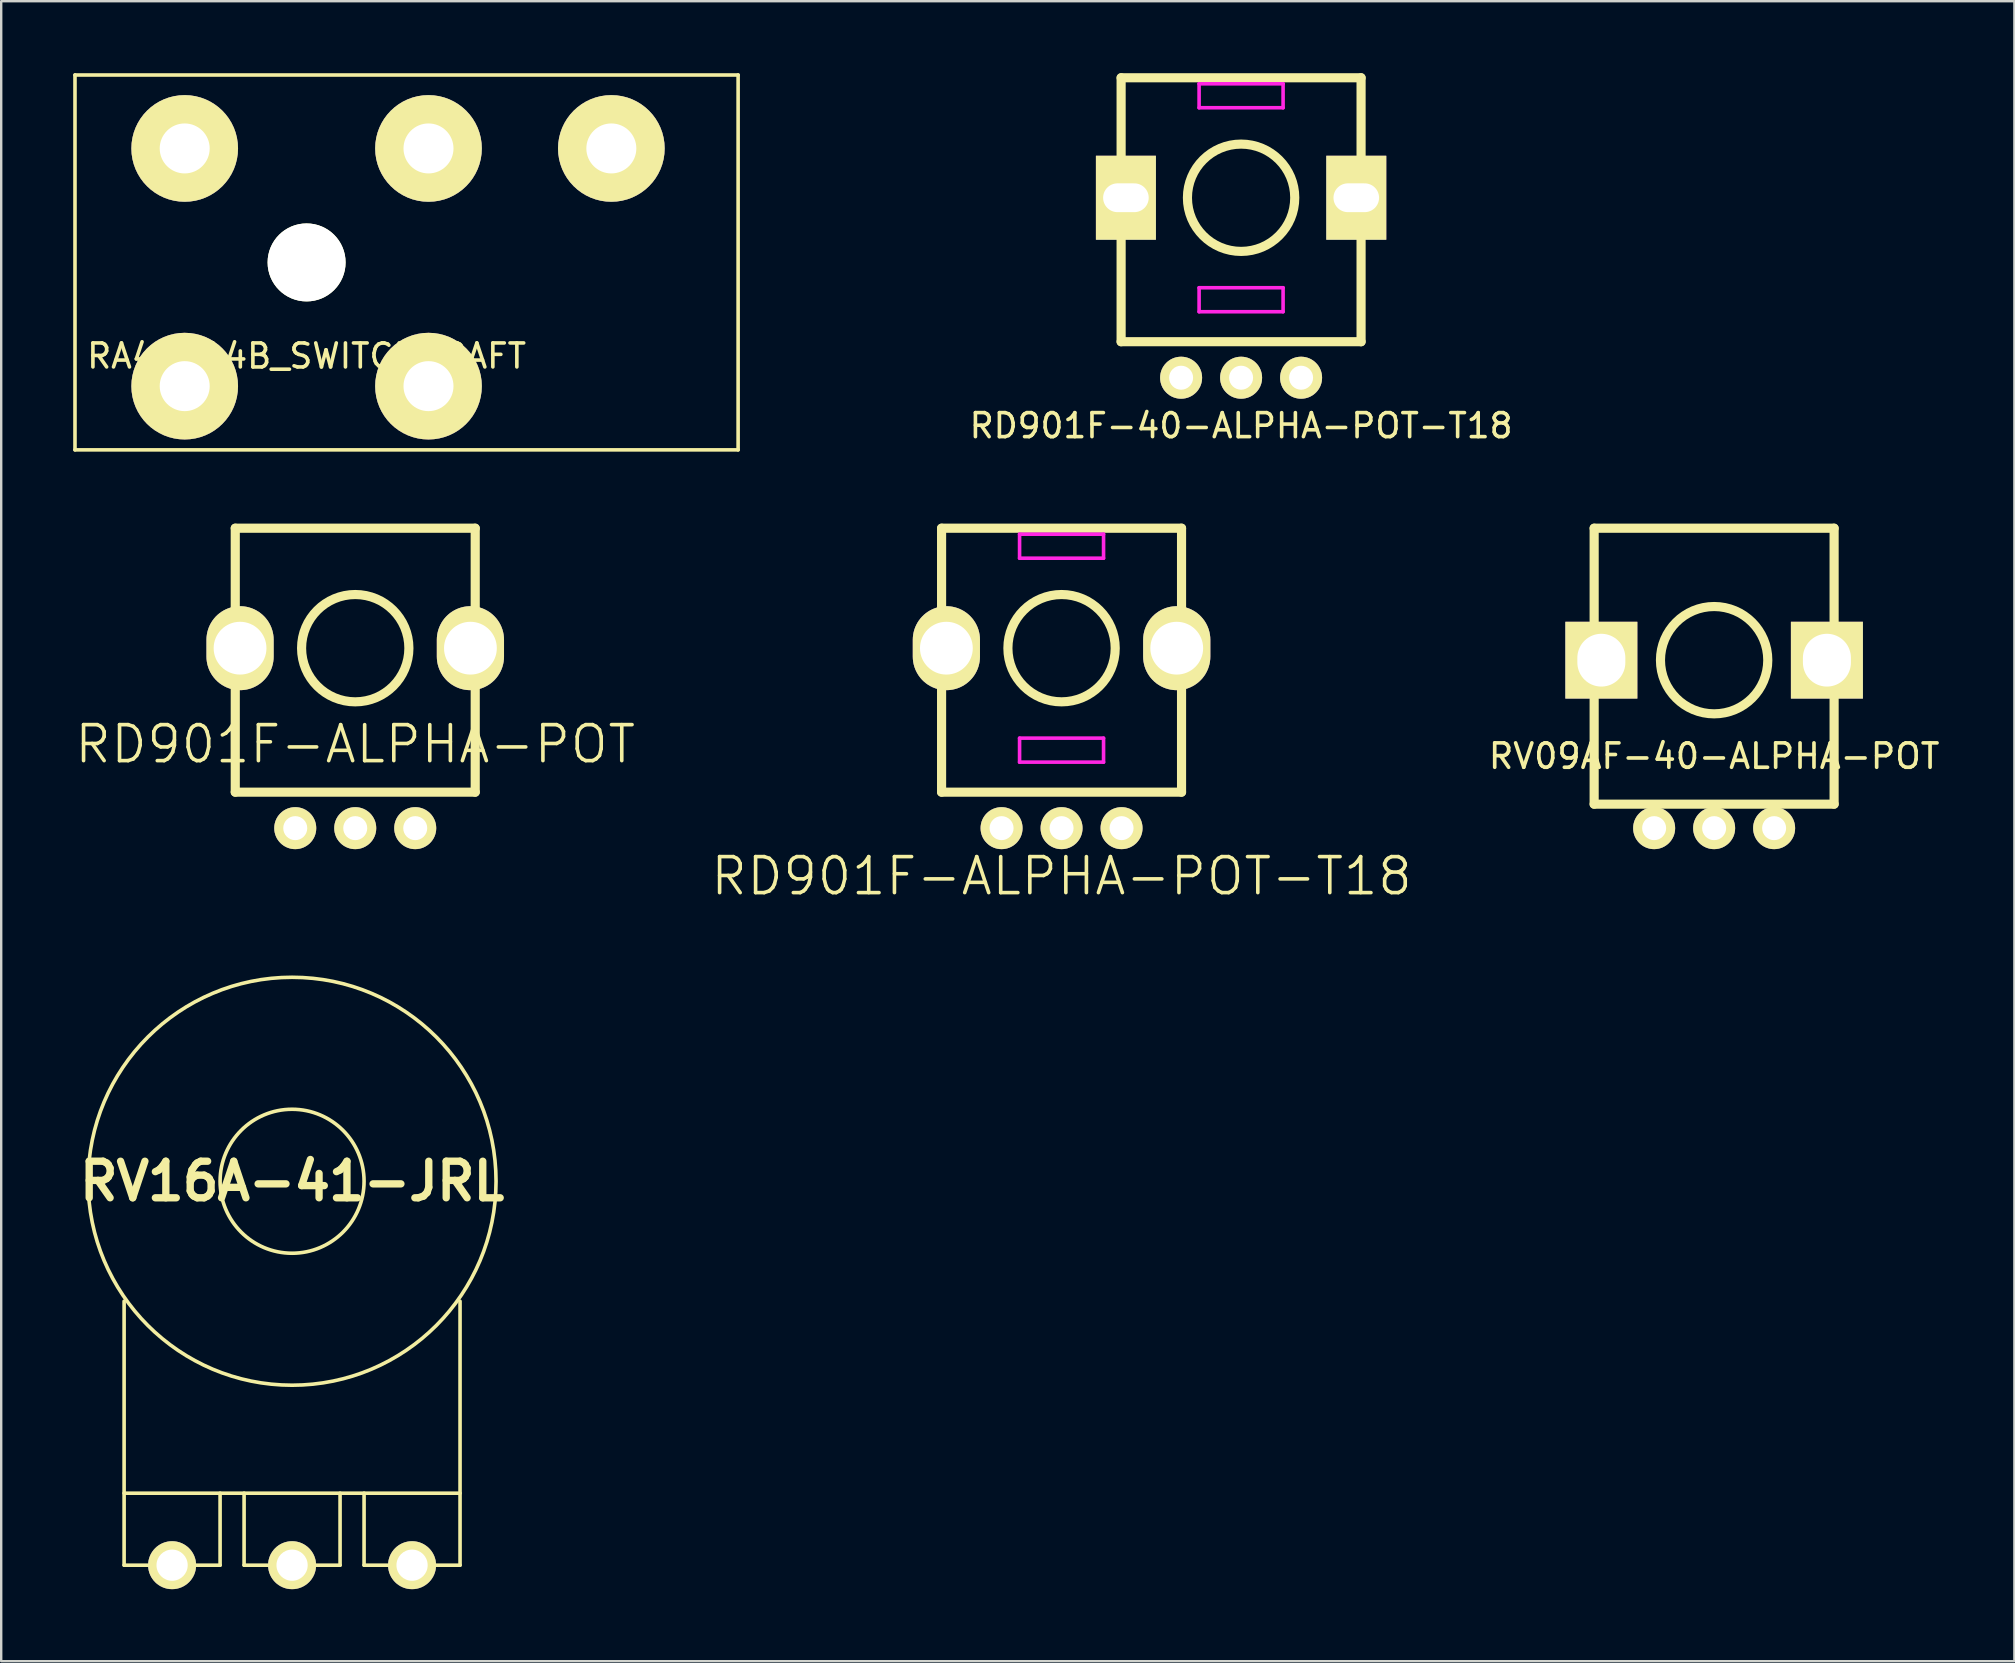
<source format=kicad_pcb>
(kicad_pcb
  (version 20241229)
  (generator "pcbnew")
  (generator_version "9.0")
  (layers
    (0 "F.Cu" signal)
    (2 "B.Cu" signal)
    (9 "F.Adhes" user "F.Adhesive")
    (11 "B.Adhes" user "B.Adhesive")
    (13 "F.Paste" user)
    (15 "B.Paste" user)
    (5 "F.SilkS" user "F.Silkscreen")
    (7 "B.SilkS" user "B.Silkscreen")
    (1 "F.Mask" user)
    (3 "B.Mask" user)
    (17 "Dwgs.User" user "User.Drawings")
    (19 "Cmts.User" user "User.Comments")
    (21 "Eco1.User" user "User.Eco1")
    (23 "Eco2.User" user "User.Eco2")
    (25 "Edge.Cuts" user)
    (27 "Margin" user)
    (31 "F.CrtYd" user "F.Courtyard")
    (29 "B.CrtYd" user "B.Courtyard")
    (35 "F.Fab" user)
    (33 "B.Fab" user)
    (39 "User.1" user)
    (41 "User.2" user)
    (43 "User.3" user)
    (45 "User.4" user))
  (footprint "RD901F-40-ALPHA-POT-T18"
    (layer "F.Cu")
    (at 48.671 5.191)
    (property "Reference" "RD901F-40-ALPHA-POT-T18" (at 0 9.5 0) (layer "F.SilkS") (effects (font (size 1 1) (thickness 0.15))))
    (attr through_hole)
    (fp_line (start -5 -5) (end 5 -5) (stroke (width 0.381) (type solid)) (layer "F.SilkS"))
    (fp_line (start -5 0) (end -5 -5) (stroke (width 0.381) (type solid)) (layer "F.SilkS"))
    (fp_line (start -5 6) (end -5 0) (stroke (width 0.381) (type solid)) (layer "F.SilkS"))
    (fp_line (start 5 -5) (end 5 6) (stroke (width 0.381) (type solid)) (layer "F.SilkS"))
    (fp_line (start 5 6) (end -5 6) (stroke (width 0.381) (type solid)) (layer "F.SilkS"))
    (fp_circle (center 0 0) (end 1 2) (stroke (width 0.381) (type solid)) (fill no) (layer "F.SilkS"))
    (fp_line (start -1.75 -4.75) (end -1.75 -3.75) (stroke (width 0.15) (type solid)) (layer "F.CrtYd"))
    (fp_line (start -1.75 -3.75) (end 1.75 -3.75) (stroke (width 0.15) (type solid)) (layer "F.CrtYd"))
    (fp_line (start -1.75 3.75) (end -1.75 4.75) (stroke (width 0.15) (type solid)) (layer "F.CrtYd"))
    (fp_line (start -1.75 4.75) (end 1.75 4.75) (stroke (width 0.15) (type solid)) (layer "F.CrtYd"))
    (fp_line (start 1.75 -4.75) (end -1.75 -4.75) (stroke (width 0.15) (type solid)) (layer "F.CrtYd"))
    (fp_line (start 1.75 -3.75) (end 1.75 -4.75) (stroke (width 0.15) (type solid)) (layer "F.CrtYd"))
    (fp_line (start 1.75 3.75) (end -1.75 3.75) (stroke (width 0.15) (type solid)) (layer "F.CrtYd"))
    (fp_line (start 1.75 4.75) (end 1.75 3.75) (stroke (width 0.15) (type solid)) (layer "F.CrtYd"))
    (pad "" thru_hole rect (at -4.8 0) (size 2.5 3.5) (drill oval 1.9 1.2) (layers "*.Cu" "*.Mask" "F.SilkS"))
    (pad "" thru_hole rect (at 4.8 0) (size 2.5 3.5) (drill oval 1.9 1.2) (layers "*.Cu" "*.Mask" "F.SilkS"))
    (pad "1" thru_hole circle (at -2.5 7.5) (size 1.75 1.75) (drill 1) (layers "*.Cu" "*.Mask" "F.SilkS"))
    (pad "2" thru_hole circle (at 0 7.5) (size 1.75 1.75) (drill 1) (layers "*.Cu" "*.Mask" "F.SilkS"))
    (pad "3" thru_hole circle (at 2.5 7.5) (size 1.75 1.75) (drill 1) (layers "*.Cu" "*.Mask" "F.SilkS")))
  (footprint "RD901F-ALPHA-POT"
    (layer "F.Cu")
    (at 11.754 23.962)
    (property "Reference" "RD901F-ALPHA-POT" (at 0 4 0) (layer "F.SilkS") (effects (font (size 1.5 1.5) (thickness 0.15))))
    (attr through_hole)
    (fp_line (start -5 -5) (end 5 -5) (stroke (width 0.381) (type solid)) (layer "F.SilkS"))
    (fp_line (start -5 0) (end -5 -5) (stroke (width 0.381) (type solid)) (layer "F.SilkS"))
    (fp_line (start -5 6) (end -5 0) (stroke (width 0.381) (type solid)) (layer "F.SilkS"))
    (fp_line (start 5 -5) (end 5 6) (stroke (width 0.381) (type solid)) (layer "F.SilkS"))
    (fp_line (start 5 6) (end -5 6) (stroke (width 0.381) (type solid)) (layer "F.SilkS"))
    (fp_circle (center 0 0) (end 1 2) (stroke (width 0.381) (type solid)) (fill no) (layer "F.SilkS"))
    (pad "" thru_hole oval (at -4.8 0) (size 2.8 3.5) (drill 2.2) (layers "*.Cu" "*.Mask" "F.SilkS"))
    (pad "" thru_hole oval (at 4.8 0) (size 2.8 3.5) (drill 2.2) (layers "*.Cu" "*.Mask" "F.SilkS"))
    (pad "1" thru_hole circle (at -2.5 7.5) (size 1.75 1.75) (drill 1) (layers "*.Cu" "*.Mask" "F.SilkS"))
    (pad "2" thru_hole circle (at 0 7.5) (size 1.75 1.75) (drill 1) (layers "*.Cu" "*.Mask" "F.SilkS"))
    (pad "3" thru_hole circle (at 2.5 7.5) (size 1.75 1.75) (drill 1) (layers "*.Cu" "*.Mask" "F.SilkS")))
  (footprint "RD901F-ALPHA-POT-T18"
    (layer "F.Cu")
    (at 41.189 23.962)
    (property "Reference" "RD901F-ALPHA-POT-T18" (at 0 9.5 0) (layer "F.SilkS") (effects (font (size 1.5 1.5) (thickness 0.15))))
    (attr through_hole)
    (fp_line (start -5 -5) (end 5 -5) (stroke (width 0.381) (type solid)) (layer "F.SilkS"))
    (fp_line (start -5 0) (end -5 -5) (stroke (width 0.381) (type solid)) (layer "F.SilkS"))
    (fp_line (start -5 6) (end -5 0) (stroke (width 0.381) (type solid)) (layer "F.SilkS"))
    (fp_line (start 5 -5) (end 5 6) (stroke (width 0.381) (type solid)) (layer "F.SilkS"))
    (fp_line (start 5 6) (end -5 6) (stroke (width 0.381) (type solid)) (layer "F.SilkS"))
    (fp_circle (center 0 0) (end 1 2) (stroke (width 0.381) (type solid)) (fill no) (layer "F.SilkS"))
    (fp_line (start -1.75 -4.75) (end -1.75 -3.75) (stroke (width 0.15) (type solid)) (layer "F.CrtYd"))
    (fp_line (start -1.75 -3.75) (end 1.75 -3.75) (stroke (width 0.15) (type solid)) (layer "F.CrtYd"))
    (fp_line (start -1.75 3.75) (end -1.75 4.75) (stroke (width 0.15) (type solid)) (layer "F.CrtYd"))
    (fp_line (start -1.75 4.75) (end 1.75 4.75) (stroke (width 0.15) (type solid)) (layer "F.CrtYd"))
    (fp_line (start 1.75 -4.75) (end -1.75 -4.75) (stroke (width 0.15) (type solid)) (layer "F.CrtYd"))
    (fp_line (start 1.75 -3.75) (end 1.75 -4.75) (stroke (width 0.15) (type solid)) (layer "F.CrtYd"))
    (fp_line (start 1.75 3.75) (end -1.75 3.75) (stroke (width 0.15) (type solid)) (layer "F.CrtYd"))
    (fp_line (start 1.75 4.75) (end 1.75 3.75) (stroke (width 0.15) (type solid)) (layer "F.CrtYd"))
    (pad "" thru_hole oval (at -4.8 0) (size 2.8 3.5) (drill 2.2) (layers "*.Cu" "*.Mask" "F.SilkS"))
    (pad "" thru_hole oval (at 4.8 0) (size 2.8 3.5) (drill 2.2) (layers "*.Cu" "*.Mask" "F.SilkS"))
    (pad "1" thru_hole circle (at -2.5 7.5) (size 1.75 1.75) (drill 1) (layers "*.Cu" "*.Mask" "F.SilkS"))
    (pad "2" thru_hole circle (at 0 7.5) (size 1.75 1.75) (drill 1) (layers "*.Cu" "*.Mask" "F.SilkS"))
    (pad "3" thru_hole circle (at 2.5 7.5) (size 1.75 1.75) (drill 1) (layers "*.Cu" "*.Mask" "F.SilkS")))
  (footprint "RA49B14B_SWITCHCRAFT"
    (layer "F.Cu")
    (at 9.727 7.886)
    (property "Reference" "RA49B14B_SWITCHCRAFT" (at 0 3.9 0) (layer "F.SilkS") (effects (font (size 1 1) (thickness 0.15))))
    (attr through_hole)
    (fp_line (start -9.652 -7.811) (end -9.652 7.811) (stroke (width 0.15) (type solid)) (layer "F.SilkS"))
    (fp_line (start -9.652 -7.811) (end 17.983 -7.811) (stroke (width 0.15) (type solid)) (layer "F.SilkS"))
    (fp_line (start -9.652 7.811) (end 17.983 7.811) (stroke (width 0.15) (type solid)) (layer "F.SilkS"))
    (fp_line (start 17.983 -7.811) (end 17.983 7.811) (stroke (width 0.15) (type solid)) (layer "F.SilkS"))
    (fp_line (start 24.435 -5.08) (end 17.983 -5.08) (stroke (width 0.15) (type solid)) (layer "Eco1.User"))
    (fp_line (start 24.435 -5.08) (end 24.435 5.08) (stroke (width 0.15) (type solid)) (layer "Eco1.User"))
    (fp_line (start 24.435 5.08) (end 17.983 5.08) (stroke (width 0.15) (type solid)) (layer "Eco1.User"))
    (pad "" np_thru_hole circle (at 0 0) (size 3.251 3.251) (drill 3.251) (layers "*.Cu" "*.Mask" "F.SilkS"))
    (pad "1" thru_hole circle (at 12.7 -4.75) (size 4.445 4.445) (drill 2.083) (layers "*.Cu" "*.Mask" "F.SilkS"))
    (pad "2" thru_hole circle (at -5.08 -4.75) (size 4.445 4.445) (drill 2.083) (layers "*.Cu" "*.Mask" "F.SilkS"))
    (pad "3" thru_hole circle (at -5.08 5.156) (size 4.445 4.445) (drill 2.083) (layers "*.Cu" "*.Mask" "F.SilkS"))
    (pad "4" thru_hole circle (at 5.08 5.156) (size 4.445 4.445) (drill 2.083) (layers "*.Cu" "*.Mask" "F.SilkS"))
    (pad "5" thru_hole circle (at 5.08 -4.75) (size 4.445 4.445) (drill 2.083) (layers "*.Cu" "*.Mask" "F.SilkS")))
  (footprint "RV09AF-40-ALPHA-POT"
    (layer "F.Cu")
    (at 68.384 24.462)
    (property "Reference" "RV09AF-40-ALPHA-POT" (at 0 4 0) (layer "F.SilkS") (effects (font (size 1.016 1.016) (thickness 0.152))))
    (attr through_hole)
    (fp_line (start -5 -5.5) (end 5 -5.5) (stroke (width 0.381) (type solid)) (layer "F.SilkS"))
    (fp_line (start -5 0) (end -5 -5.5) (stroke (width 0.381) (type solid)) (layer "F.SilkS"))
    (fp_line (start -5 6) (end -5 0) (stroke (width 0.381) (type solid)) (layer "F.SilkS"))
    (fp_line (start 5 -5.5) (end 5 6) (stroke (width 0.381) (type solid)) (layer "F.SilkS"))
    (fp_line (start 5 6) (end -5 6) (stroke (width 0.381) (type solid)) (layer "F.SilkS"))
    (fp_circle (center 0 0) (end 1 2) (stroke (width 0.381) (type solid)) (fill no) (layer "F.SilkS"))
    (pad "" thru_hole rect (at -4.7 0) (size 3 3.2) (drill oval 2 2.2) (layers "*.Cu" "*.Mask" "F.SilkS"))
    (pad "" thru_hole rect (at 4.7 0) (size 3 3.2) (drill oval 2 2.2) (layers "*.Cu" "*.Mask" "F.SilkS"))
    (pad "1" thru_hole circle (at -2.5 7) (size 1.75 1.75) (drill 1) (layers "*.Cu" "*.Mask" "F.SilkS"))
    (pad "2" thru_hole circle (at 0 7) (size 1.75 1.75) (drill 1) (layers "*.Cu" "*.Mask" "F.SilkS"))
    (pad "3" thru_hole circle (at 2.5 7) (size 1.75 1.75) (drill 1) (layers "*.Cu" "*.Mask" "F.SilkS")))
  (footprint "RV16A-41-JRL"
    (layer "F.Cu")
    (at 9.122 46.177)
    (property "Reference" "RV16A-41-JRL" (at 0 0 0) (layer "F.SilkS") (effects (font (size 1.524 1.524) (thickness 0.305))))
    (attr through_hole)
    (fp_line (start -7 13) (end 7 13) (stroke (width 0.15) (type solid)) (layer "F.SilkS"))
    (fp_line (start -7 16) (end -7 5) (stroke (width 0.15) (type solid)) (layer "F.SilkS"))
    (fp_line (start -3 13) (end -3 16) (stroke (width 0.15) (type solid)) (layer "F.SilkS"))
    (fp_line (start -3 16) (end -7 16) (stroke (width 0.15) (type solid)) (layer "F.SilkS"))
    (fp_line (start -2 16) (end -2 13) (stroke (width 0.15) (type solid)) (layer "F.SilkS"))
    (fp_line (start 2 13) (end 2 16) (stroke (width 0.15) (type solid)) (layer "F.SilkS"))
    (fp_line (start 2 16) (end -2 16) (stroke (width 0.15) (type solid)) (layer "F.SilkS"))
    (fp_line (start 3 16) (end 3 13) (stroke (width 0.15) (type solid)) (layer "F.SilkS"))
    (fp_line (start 7 16) (end 3 16) (stroke (width 0.15) (type solid)) (layer "F.SilkS"))
    (fp_line (start 7 16) (end 7 5) (stroke (width 0.15) (type solid)) (layer "F.SilkS"))
    (fp_circle (center 0 0) (end 0 3) (stroke (width 0.15) (type solid)) (fill no) (layer "F.SilkS"))
    (fp_circle (center 0 0) (end 0 8.5) (stroke (width 0.15) (type solid)) (fill no) (layer "F.SilkS"))
    (pad "1" thru_hole circle (at -5 16) (size 1.999 1.999) (drill 1.3) (layers "*.Cu" "*.Mask" "F.SilkS"))
    (pad "2" thru_hole circle (at 0 16) (size 1.999 1.999) (drill 1.3) (layers "*.Cu" "*.Mask" "F.SilkS"))
    (pad "3" thru_hole circle (at 5 16) (size 1.999 1.999) (drill 1.3) (layers "*.Cu" "*.Mask" "F.SilkS")))
  (gr_rect
    (start -3 -3)
    (end 80.897 66.177)
    (stroke (width 0.1) (type default))
    (fill no)
    (layer "Edge.Cuts")))
</source>
